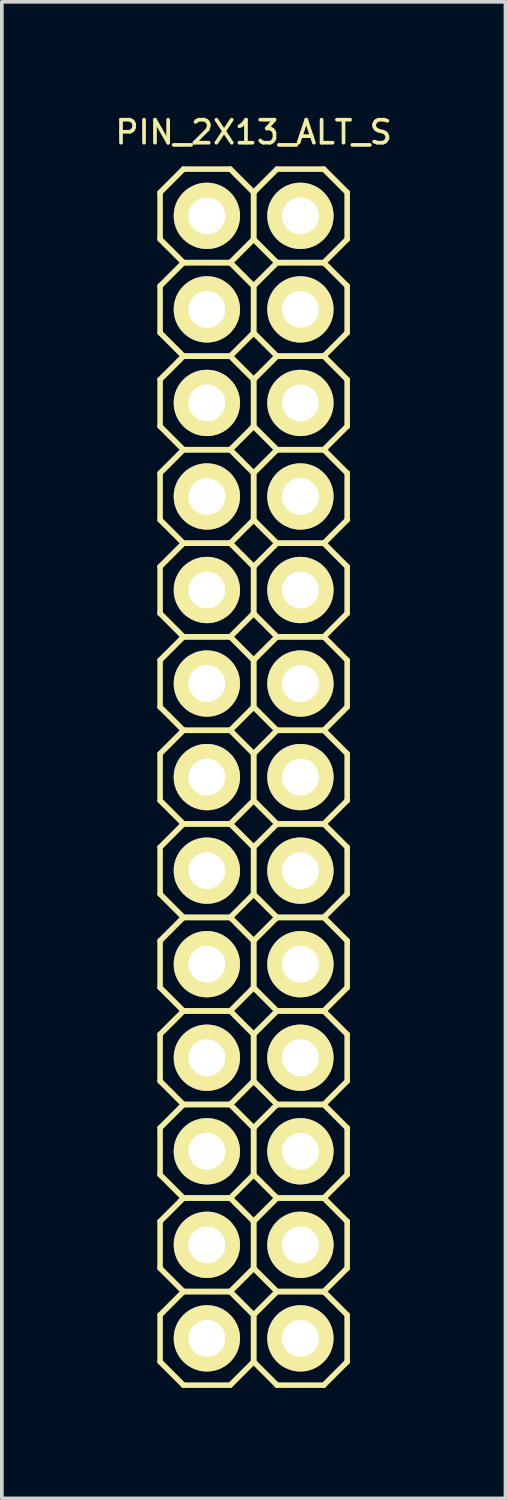
<source format=kicad_pcb>
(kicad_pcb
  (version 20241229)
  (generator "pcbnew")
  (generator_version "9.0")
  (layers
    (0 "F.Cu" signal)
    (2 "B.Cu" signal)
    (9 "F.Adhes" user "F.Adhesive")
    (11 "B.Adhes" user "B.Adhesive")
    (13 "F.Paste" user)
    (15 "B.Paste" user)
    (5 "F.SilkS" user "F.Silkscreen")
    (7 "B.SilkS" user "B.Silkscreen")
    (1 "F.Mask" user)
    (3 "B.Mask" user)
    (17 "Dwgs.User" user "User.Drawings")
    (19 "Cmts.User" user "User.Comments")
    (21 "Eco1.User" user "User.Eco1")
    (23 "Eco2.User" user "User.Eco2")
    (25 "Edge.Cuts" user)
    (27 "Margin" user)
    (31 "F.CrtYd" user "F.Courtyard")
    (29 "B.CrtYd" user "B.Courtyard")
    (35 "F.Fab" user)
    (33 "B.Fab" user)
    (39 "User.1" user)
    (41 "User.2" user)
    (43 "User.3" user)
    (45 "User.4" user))
  (footprint "PIN_2X13_ALT_S"
    (layer "F.Cu")
    (at 3.837 18.051)
    (property "Reference" "PIN_2X13_ALT_S" (at 0 -17.51 0) (layer "F.SilkS") (effects (font (size 0.625 0.625) (thickness 0.1))))
    (attr through_hole)
    (fp_line (start -2.54 -15.875) (end -2.54 -14.605) (stroke (width 0.15) (type solid)) (layer "F.SilkS"))
    (fp_line (start -2.54 -14.605) (end -1.905 -13.97) (stroke (width 0.15) (type solid)) (layer "F.SilkS"))
    (fp_line (start -2.54 -13.335) (end -2.54 -12.065) (stroke (width 0.15) (type solid)) (layer "F.SilkS"))
    (fp_line (start -2.54 -12.065) (end -1.905 -11.43) (stroke (width 0.15) (type solid)) (layer "F.SilkS"))
    (fp_line (start -2.54 -10.795) (end -2.54 -9.525) (stroke (width 0.15) (type solid)) (layer "F.SilkS"))
    (fp_line (start -2.54 -9.525) (end -1.905 -8.89) (stroke (width 0.15) (type solid)) (layer "F.SilkS"))
    (fp_line (start -2.54 -8.255) (end -2.54 -6.985) (stroke (width 0.15) (type solid)) (layer "F.SilkS"))
    (fp_line (start -2.54 -6.985) (end -1.905 -6.35) (stroke (width 0.15) (type solid)) (layer "F.SilkS"))
    (fp_line (start -2.54 -5.715) (end -2.54 -4.445) (stroke (width 0.15) (type solid)) (layer "F.SilkS"))
    (fp_line (start -2.54 -4.445) (end -1.905 -3.81) (stroke (width 0.15) (type solid)) (layer "F.SilkS"))
    (fp_line (start -2.54 -3.175) (end -2.54 -1.905) (stroke (width 0.15) (type solid)) (layer "F.SilkS"))
    (fp_line (start -2.54 -1.905) (end -1.905 -1.27) (stroke (width 0.15) (type solid)) (layer "F.SilkS"))
    (fp_line (start -2.54 -0.635) (end -2.54 0.635) (stroke (width 0.15) (type solid)) (layer "F.SilkS"))
    (fp_line (start -2.54 0.635) (end -1.905 1.27) (stroke (width 0.15) (type solid)) (layer "F.SilkS"))
    (fp_line (start -2.54 1.905) (end -2.54 3.175) (stroke (width 0.15) (type solid)) (layer "F.SilkS"))
    (fp_line (start -2.54 3.175) (end -1.905 3.81) (stroke (width 0.15) (type solid)) (layer "F.SilkS"))
    (fp_line (start -2.54 4.445) (end -2.54 5.715) (stroke (width 0.15) (type solid)) (layer "F.SilkS"))
    (fp_line (start -2.54 5.715) (end -1.905 6.35) (stroke (width 0.15) (type solid)) (layer "F.SilkS"))
    (fp_line (start -2.54 6.985) (end -2.54 8.255) (stroke (width 0.15) (type solid)) (layer "F.SilkS"))
    (fp_line (start -2.54 8.255) (end -1.905 8.89) (stroke (width 0.15) (type solid)) (layer "F.SilkS"))
    (fp_line (start -2.54 9.525) (end -2.54 10.795) (stroke (width 0.15) (type solid)) (layer "F.SilkS"))
    (fp_line (start -2.54 10.795) (end -1.905 11.43) (stroke (width 0.15) (type solid)) (layer "F.SilkS"))
    (fp_line (start -2.54 12.065) (end -2.54 13.335) (stroke (width 0.15) (type solid)) (layer "F.SilkS"))
    (fp_line (start -2.54 13.335) (end -1.905 13.97) (stroke (width 0.15) (type solid)) (layer "F.SilkS"))
    (fp_line (start -2.54 14.605) (end -2.54 15.875) (stroke (width 0.15) (type solid)) (layer "F.SilkS"))
    (fp_line (start -2.54 15.875) (end -1.905 16.51) (stroke (width 0.15) (type solid)) (layer "F.SilkS"))
    (fp_line (start -1.905 -16.51) (end -2.54 -15.875) (stroke (width 0.15) (type solid)) (layer "F.SilkS"))
    (fp_line (start -1.905 -13.97) (end -2.54 -13.335) (stroke (width 0.15) (type solid)) (layer "F.SilkS"))
    (fp_line (start -1.905 -13.97) (end -0.635 -13.97) (stroke (width 0.15) (type solid)) (layer "F.SilkS"))
    (fp_line (start -1.905 -11.43) (end -2.54 -10.795) (stroke (width 0.15) (type solid)) (layer "F.SilkS"))
    (fp_line (start -1.905 -11.43) (end -0.635 -11.43) (stroke (width 0.15) (type solid)) (layer "F.SilkS"))
    (fp_line (start -1.905 -8.89) (end -2.54 -8.255) (stroke (width 0.15) (type solid)) (layer "F.SilkS"))
    (fp_line (start -1.905 -8.89) (end -0.635 -8.89) (stroke (width 0.15) (type solid)) (layer "F.SilkS"))
    (fp_line (start -1.905 -6.35) (end -2.54 -5.715) (stroke (width 0.15) (type solid)) (layer "F.SilkS"))
    (fp_line (start -1.905 -6.35) (end -0.635 -6.35) (stroke (width 0.15) (type solid)) (layer "F.SilkS"))
    (fp_line (start -1.905 -3.81) (end -2.54 -3.175) (stroke (width 0.15) (type solid)) (layer "F.SilkS"))
    (fp_line (start -1.905 -3.81) (end -0.635 -3.81) (stroke (width 0.15) (type solid)) (layer "F.SilkS"))
    (fp_line (start -1.905 -1.27) (end -2.54 -0.635) (stroke (width 0.15) (type solid)) (layer "F.SilkS"))
    (fp_line (start -1.905 -1.27) (end -0.635 -1.27) (stroke (width 0.15) (type solid)) (layer "F.SilkS"))
    (fp_line (start -1.905 1.27) (end -2.54 1.905) (stroke (width 0.15) (type solid)) (layer "F.SilkS"))
    (fp_line (start -1.905 1.27) (end -0.635 1.27) (stroke (width 0.15) (type solid)) (layer "F.SilkS"))
    (fp_line (start -1.905 3.81) (end -2.54 4.445) (stroke (width 0.15) (type solid)) (layer "F.SilkS"))
    (fp_line (start -1.905 3.81) (end -0.635 3.81) (stroke (width 0.15) (type solid)) (layer "F.SilkS"))
    (fp_line (start -1.905 6.35) (end -2.54 6.985) (stroke (width 0.15) (type solid)) (layer "F.SilkS"))
    (fp_line (start -1.905 6.35) (end -0.635 6.35) (stroke (width 0.15) (type solid)) (layer "F.SilkS"))
    (fp_line (start -1.905 8.89) (end -2.54 9.525) (stroke (width 0.15) (type solid)) (layer "F.SilkS"))
    (fp_line (start -1.905 8.89) (end -0.635 8.89) (stroke (width 0.15) (type solid)) (layer "F.SilkS"))
    (fp_line (start -1.905 11.43) (end -2.54 12.065) (stroke (width 0.15) (type solid)) (layer "F.SilkS"))
    (fp_line (start -1.905 11.43) (end -0.635 11.43) (stroke (width 0.15) (type solid)) (layer "F.SilkS"))
    (fp_line (start -1.905 13.97) (end -2.54 14.605) (stroke (width 0.15) (type solid)) (layer "F.SilkS"))
    (fp_line (start -1.905 13.97) (end -0.635 13.97) (stroke (width 0.15) (type solid)) (layer "F.SilkS"))
    (fp_line (start -1.905 16.51) (end -0.635 16.51) (stroke (width 0.15) (type solid)) (layer "F.SilkS"))
    (fp_line (start -0.635 -16.51) (end -1.905 -16.51) (stroke (width 0.15) (type solid)) (layer "F.SilkS"))
    (fp_line (start -0.635 -13.97) (end -1.905 -13.97) (stroke (width 0.15) (type solid)) (layer "F.SilkS"))
    (fp_line (start -0.635 -13.97) (end 0 -14.605) (stroke (width 0.15) (type solid)) (layer "F.SilkS"))
    (fp_line (start -0.635 -11.43) (end -1.905 -11.43) (stroke (width 0.15) (type solid)) (layer "F.SilkS"))
    (fp_line (start -0.635 -11.43) (end 0 -12.065) (stroke (width 0.15) (type solid)) (layer "F.SilkS"))
    (fp_line (start -0.635 -8.89) (end -1.905 -8.89) (stroke (width 0.15) (type solid)) (layer "F.SilkS"))
    (fp_line (start -0.635 -8.89) (end 0 -9.525) (stroke (width 0.15) (type solid)) (layer "F.SilkS"))
    (fp_line (start -0.635 -6.35) (end -1.905 -6.35) (stroke (width 0.15) (type solid)) (layer "F.SilkS"))
    (fp_line (start -0.635 -6.35) (end 0 -6.985) (stroke (width 0.15) (type solid)) (layer "F.SilkS"))
    (fp_line (start -0.635 -3.81) (end -1.905 -3.81) (stroke (width 0.15) (type solid)) (layer "F.SilkS"))
    (fp_line (start -0.635 -3.81) (end 0 -4.445) (stroke (width 0.15) (type solid)) (layer "F.SilkS"))
    (fp_line (start -0.635 -1.27) (end -1.905 -1.27) (stroke (width 0.15) (type solid)) (layer "F.SilkS"))
    (fp_line (start -0.635 -1.27) (end 0 -1.905) (stroke (width 0.15) (type solid)) (layer "F.SilkS"))
    (fp_line (start -0.635 1.27) (end -1.905 1.27) (stroke (width 0.15) (type solid)) (layer "F.SilkS"))
    (fp_line (start -0.635 1.27) (end 0 0.635) (stroke (width 0.15) (type solid)) (layer "F.SilkS"))
    (fp_line (start -0.635 3.81) (end -1.905 3.81) (stroke (width 0.15) (type solid)) (layer "F.SilkS"))
    (fp_line (start -0.635 3.81) (end 0 3.175) (stroke (width 0.15) (type solid)) (layer "F.SilkS"))
    (fp_line (start -0.635 6.35) (end -1.905 6.35) (stroke (width 0.15) (type solid)) (layer "F.SilkS"))
    (fp_line (start -0.635 6.35) (end 0 5.715) (stroke (width 0.15) (type solid)) (layer "F.SilkS"))
    (fp_line (start -0.635 8.89) (end -1.905 8.89) (stroke (width 0.15) (type solid)) (layer "F.SilkS"))
    (fp_line (start -0.635 8.89) (end 0 8.255) (stroke (width 0.15) (type solid)) (layer "F.SilkS"))
    (fp_line (start -0.635 11.43) (end -1.905 11.43) (stroke (width 0.15) (type solid)) (layer "F.SilkS"))
    (fp_line (start -0.635 11.43) (end 0 10.795) (stroke (width 0.15) (type solid)) (layer "F.SilkS"))
    (fp_line (start -0.635 13.97) (end -1.905 13.97) (stroke (width 0.15) (type solid)) (layer "F.SilkS"))
    (fp_line (start -0.635 13.97) (end 0 13.335) (stroke (width 0.15) (type solid)) (layer "F.SilkS"))
    (fp_line (start -0.635 16.51) (end 0 15.875) (stroke (width 0.15) (type solid)) (layer "F.SilkS"))
    (fp_line (start 0 -15.875) (end -0.635 -16.51) (stroke (width 0.15) (type solid)) (layer "F.SilkS"))
    (fp_line (start 0 -15.875) (end 0.635 -16.51) (stroke (width 0.15) (type solid)) (layer "F.SilkS"))
    (fp_line (start 0 -14.605) (end 0 -15.875) (stroke (width 0.15) (type solid)) (layer "F.SilkS"))
    (fp_line (start 0 -14.605) (end 0 -15.875) (stroke (width 0.15) (type solid)) (layer "F.SilkS"))
    (fp_line (start 0 -13.335) (end -0.635 -13.97) (stroke (width 0.15) (type solid)) (layer "F.SilkS"))
    (fp_line (start 0 -13.335) (end 0.635 -13.97) (stroke (width 0.15) (type solid)) (layer "F.SilkS"))
    (fp_line (start 0 -12.065) (end 0 -13.335) (stroke (width 0.15) (type solid)) (layer "F.SilkS"))
    (fp_line (start 0 -12.065) (end 0 -13.335) (stroke (width 0.15) (type solid)) (layer "F.SilkS"))
    (fp_line (start 0 -10.795) (end -0.635 -11.43) (stroke (width 0.15) (type solid)) (layer "F.SilkS"))
    (fp_line (start 0 -10.795) (end 0.635 -11.43) (stroke (width 0.15) (type solid)) (layer "F.SilkS"))
    (fp_line (start 0 -9.525) (end 0 -10.795) (stroke (width 0.15) (type solid)) (layer "F.SilkS"))
    (fp_line (start 0 -9.525) (end 0 -10.795) (stroke (width 0.15) (type solid)) (layer "F.SilkS"))
    (fp_line (start 0 -8.255) (end -0.635 -8.89) (stroke (width 0.15) (type solid)) (layer "F.SilkS"))
    (fp_line (start 0 -8.255) (end 0.635 -8.89) (stroke (width 0.15) (type solid)) (layer "F.SilkS"))
    (fp_line (start 0 -6.985) (end 0 -8.255) (stroke (width 0.15) (type solid)) (layer "F.SilkS"))
    (fp_line (start 0 -6.985) (end 0 -8.255) (stroke (width 0.15) (type solid)) (layer "F.SilkS"))
    (fp_line (start 0 -5.715) (end -0.635 -6.35) (stroke (width 0.15) (type solid)) (layer "F.SilkS"))
    (fp_line (start 0 -5.715) (end 0.635 -6.35) (stroke (width 0.15) (type solid)) (layer "F.SilkS"))
    (fp_line (start 0 -4.445) (end 0 -5.715) (stroke (width 0.15) (type solid)) (layer "F.SilkS"))
    (fp_line (start 0 -4.445) (end 0 -5.715) (stroke (width 0.15) (type solid)) (layer "F.SilkS"))
    (fp_line (start 0 -3.175) (end -0.635 -3.81) (stroke (width 0.15) (type solid)) (layer "F.SilkS"))
    (fp_line (start 0 -3.175) (end 0.635 -3.81) (stroke (width 0.15) (type solid)) (layer "F.SilkS"))
    (fp_line (start 0 -1.905) (end 0 -3.175) (stroke (width 0.15) (type solid)) (layer "F.SilkS"))
    (fp_line (start 0 -1.905) (end 0 -3.175) (stroke (width 0.15) (type solid)) (layer "F.SilkS"))
    (fp_line (start 0 -0.635) (end -0.635 -1.27) (stroke (width 0.15) (type solid)) (layer "F.SilkS"))
    (fp_line (start 0 -0.635) (end 0.635 -1.27) (stroke (width 0.15) (type solid)) (layer "F.SilkS"))
    (fp_line (start 0 0.635) (end 0 -0.635) (stroke (width 0.15) (type solid)) (layer "F.SilkS"))
    (fp_line (start 0 0.635) (end 0 -0.635) (stroke (width 0.15) (type solid)) (layer "F.SilkS"))
    (fp_line (start 0 1.905) (end -0.635 1.27) (stroke (width 0.15) (type solid)) (layer "F.SilkS"))
    (fp_line (start 0 1.905) (end 0.635 1.27) (stroke (width 0.15) (type solid)) (layer "F.SilkS"))
    (fp_line (start 0 3.175) (end 0 1.905) (stroke (width 0.15) (type solid)) (layer "F.SilkS"))
    (fp_line (start 0 3.175) (end 0 1.905) (stroke (width 0.15) (type solid)) (layer "F.SilkS"))
    (fp_line (start 0 4.445) (end -0.635 3.81) (stroke (width 0.15) (type solid)) (layer "F.SilkS"))
    (fp_line (start 0 4.445) (end 0.635 3.81) (stroke (width 0.15) (type solid)) (layer "F.SilkS"))
    (fp_line (start 0 5.715) (end 0 4.445) (stroke (width 0.15) (type solid)) (layer "F.SilkS"))
    (fp_line (start 0 5.715) (end 0 4.445) (stroke (width 0.15) (type solid)) (layer "F.SilkS"))
    (fp_line (start 0 6.985) (end -0.635 6.35) (stroke (width 0.15) (type solid)) (layer "F.SilkS"))
    (fp_line (start 0 6.985) (end 0.635 6.35) (stroke (width 0.15) (type solid)) (layer "F.SilkS"))
    (fp_line (start 0 8.255) (end 0 6.985) (stroke (width 0.15) (type solid)) (layer "F.SilkS"))
    (fp_line (start 0 8.255) (end 0 6.985) (stroke (width 0.15) (type solid)) (layer "F.SilkS"))
    (fp_line (start 0 9.525) (end -0.635 8.89) (stroke (width 0.15) (type solid)) (layer "F.SilkS"))
    (fp_line (start 0 9.525) (end 0.635 8.89) (stroke (width 0.15) (type solid)) (layer "F.SilkS"))
    (fp_line (start 0 10.795) (end 0 9.525) (stroke (width 0.15) (type solid)) (layer "F.SilkS"))
    (fp_line (start 0 10.795) (end 0 9.525) (stroke (width 0.15) (type solid)) (layer "F.SilkS"))
    (fp_line (start 0 12.065) (end -0.635 11.43) (stroke (width 0.15) (type solid)) (layer "F.SilkS"))
    (fp_line (start 0 12.065) (end 0.635 11.43) (stroke (width 0.15) (type solid)) (layer "F.SilkS"))
    (fp_line (start 0 13.335) (end 0 12.065) (stroke (width 0.15) (type solid)) (layer "F.SilkS"))
    (fp_line (start 0 13.335) (end 0 12.065) (stroke (width 0.15) (type solid)) (layer "F.SilkS"))
    (fp_line (start 0 14.605) (end -0.635 13.97) (stroke (width 0.15) (type solid)) (layer "F.SilkS"))
    (fp_line (start 0 14.605) (end 0.635 13.97) (stroke (width 0.15) (type solid)) (layer "F.SilkS"))
    (fp_line (start 0 15.875) (end 0 14.605) (stroke (width 0.15) (type solid)) (layer "F.SilkS"))
    (fp_line (start 0 15.875) (end 0 14.605) (stroke (width 0.15) (type solid)) (layer "F.SilkS"))
    (fp_line (start 0.635 -16.51) (end 1.905 -16.51) (stroke (width 0.15) (type solid)) (layer "F.SilkS"))
    (fp_line (start 0.635 -13.97) (end 0 -14.605) (stroke (width 0.15) (type solid)) (layer "F.SilkS"))
    (fp_line (start 0.635 -13.97) (end 1.905 -13.97) (stroke (width 0.15) (type solid)) (layer "F.SilkS"))
    (fp_line (start 0.635 -11.43) (end 0 -12.065) (stroke (width 0.15) (type solid)) (layer "F.SilkS"))
    (fp_line (start 0.635 -11.43) (end 1.905 -11.43) (stroke (width 0.15) (type solid)) (layer "F.SilkS"))
    (fp_line (start 0.635 -8.89) (end 0 -9.525) (stroke (width 0.15) (type solid)) (layer "F.SilkS"))
    (fp_line (start 0.635 -8.89) (end 1.905 -8.89) (stroke (width 0.15) (type solid)) (layer "F.SilkS"))
    (fp_line (start 0.635 -6.35) (end 0 -6.985) (stroke (width 0.15) (type solid)) (layer "F.SilkS"))
    (fp_line (start 0.635 -6.35) (end 1.905 -6.35) (stroke (width 0.15) (type solid)) (layer "F.SilkS"))
    (fp_line (start 0.635 -3.81) (end 0 -4.445) (stroke (width 0.15) (type solid)) (layer "F.SilkS"))
    (fp_line (start 0.635 -3.81) (end 1.905 -3.81) (stroke (width 0.15) (type solid)) (layer "F.SilkS"))
    (fp_line (start 0.635 -1.27) (end 0 -1.905) (stroke (width 0.15) (type solid)) (layer "F.SilkS"))
    (fp_line (start 0.635 -1.27) (end 1.905 -1.27) (stroke (width 0.15) (type solid)) (layer "F.SilkS"))
    (fp_line (start 0.635 1.27) (end 0 0.635) (stroke (width 0.15) (type solid)) (layer "F.SilkS"))
    (fp_line (start 0.635 1.27) (end 1.905 1.27) (stroke (width 0.15) (type solid)) (layer "F.SilkS"))
    (fp_line (start 0.635 3.81) (end 0 3.175) (stroke (width 0.15) (type solid)) (layer "F.SilkS"))
    (fp_line (start 0.635 3.81) (end 1.905 3.81) (stroke (width 0.15) (type solid)) (layer "F.SilkS"))
    (fp_line (start 0.635 6.35) (end 0 5.715) (stroke (width 0.15) (type solid)) (layer "F.SilkS"))
    (fp_line (start 0.635 6.35) (end 1.905 6.35) (stroke (width 0.15) (type solid)) (layer "F.SilkS"))
    (fp_line (start 0.635 8.89) (end 0 8.255) (stroke (width 0.15) (type solid)) (layer "F.SilkS"))
    (fp_line (start 0.635 8.89) (end 1.905 8.89) (stroke (width 0.15) (type solid)) (layer "F.SilkS"))
    (fp_line (start 0.635 11.43) (end 0 10.795) (stroke (width 0.15) (type solid)) (layer "F.SilkS"))
    (fp_line (start 0.635 11.43) (end 1.905 11.43) (stroke (width 0.15) (type solid)) (layer "F.SilkS"))
    (fp_line (start 0.635 13.97) (end 0 13.335) (stroke (width 0.15) (type solid)) (layer "F.SilkS"))
    (fp_line (start 0.635 13.97) (end 1.905 13.97) (stroke (width 0.15) (type solid)) (layer "F.SilkS"))
    (fp_line (start 0.635 16.51) (end 0 15.875) (stroke (width 0.15) (type solid)) (layer "F.SilkS"))
    (fp_line (start 1.905 -16.51) (end 2.54 -15.875) (stroke (width 0.15) (type solid)) (layer "F.SilkS"))
    (fp_line (start 1.905 -13.97) (end 0.635 -13.97) (stroke (width 0.15) (type solid)) (layer "F.SilkS"))
    (fp_line (start 1.905 -13.97) (end 2.54 -13.335) (stroke (width 0.15) (type solid)) (layer "F.SilkS"))
    (fp_line (start 1.905 -11.43) (end 0.635 -11.43) (stroke (width 0.15) (type solid)) (layer "F.SilkS"))
    (fp_line (start 1.905 -11.43) (end 2.54 -10.795) (stroke (width 0.15) (type solid)) (layer "F.SilkS"))
    (fp_line (start 1.905 -8.89) (end 0.635 -8.89) (stroke (width 0.15) (type solid)) (layer "F.SilkS"))
    (fp_line (start 1.905 -8.89) (end 2.54 -8.255) (stroke (width 0.15) (type solid)) (layer "F.SilkS"))
    (fp_line (start 1.905 -6.35) (end 0.635 -6.35) (stroke (width 0.15) (type solid)) (layer "F.SilkS"))
    (fp_line (start 1.905 -6.35) (end 2.54 -5.715) (stroke (width 0.15) (type solid)) (layer "F.SilkS"))
    (fp_line (start 1.905 -3.81) (end 0.635 -3.81) (stroke (width 0.15) (type solid)) (layer "F.SilkS"))
    (fp_line (start 1.905 -3.81) (end 2.54 -3.175) (stroke (width 0.15) (type solid)) (layer "F.SilkS"))
    (fp_line (start 1.905 -1.27) (end 0.635 -1.27) (stroke (width 0.15) (type solid)) (layer "F.SilkS"))
    (fp_line (start 1.905 -1.27) (end 2.54 -0.635) (stroke (width 0.15) (type solid)) (layer "F.SilkS"))
    (fp_line (start 1.905 1.27) (end 0.635 1.27) (stroke (width 0.15) (type solid)) (layer "F.SilkS"))
    (fp_line (start 1.905 1.27) (end 2.54 1.905) (stroke (width 0.15) (type solid)) (layer "F.SilkS"))
    (fp_line (start 1.905 3.81) (end 0.635 3.81) (stroke (width 0.15) (type solid)) (layer "F.SilkS"))
    (fp_line (start 1.905 3.81) (end 2.54 4.445) (stroke (width 0.15) (type solid)) (layer "F.SilkS"))
    (fp_line (start 1.905 6.35) (end 0.635 6.35) (stroke (width 0.15) (type solid)) (layer "F.SilkS"))
    (fp_line (start 1.905 6.35) (end 2.54 6.985) (stroke (width 0.15) (type solid)) (layer "F.SilkS"))
    (fp_line (start 1.905 8.89) (end 0.635 8.89) (stroke (width 0.15) (type solid)) (layer "F.SilkS"))
    (fp_line (start 1.905 8.89) (end 2.54 9.525) (stroke (width 0.15) (type solid)) (layer "F.SilkS"))
    (fp_line (start 1.905 11.43) (end 0.635 11.43) (stroke (width 0.15) (type solid)) (layer "F.SilkS"))
    (fp_line (start 1.905 11.43) (end 2.54 12.065) (stroke (width 0.15) (type solid)) (layer "F.SilkS"))
    (fp_line (start 1.905 13.97) (end 0.635 13.97) (stroke (width 0.15) (type solid)) (layer "F.SilkS"))
    (fp_line (start 1.905 13.97) (end 2.54 14.605) (stroke (width 0.15) (type solid)) (layer "F.SilkS"))
    (fp_line (start 1.905 16.51) (end 0.635 16.51) (stroke (width 0.15) (type solid)) (layer "F.SilkS"))
    (fp_line (start 2.54 -15.875) (end 2.54 -14.605) (stroke (width 0.15) (type solid)) (layer "F.SilkS"))
    (fp_line (start 2.54 -14.605) (end 1.905 -13.97) (stroke (width 0.15) (type solid)) (layer "F.SilkS"))
    (fp_line (start 2.54 -13.335) (end 2.54 -12.065) (stroke (width 0.15) (type solid)) (layer "F.SilkS"))
    (fp_line (start 2.54 -12.065) (end 1.905 -11.43) (stroke (width 0.15) (type solid)) (layer "F.SilkS"))
    (fp_line (start 2.54 -10.795) (end 2.54 -9.525) (stroke (width 0.15) (type solid)) (layer "F.SilkS"))
    (fp_line (start 2.54 -9.525) (end 1.905 -8.89) (stroke (width 0.15) (type solid)) (layer "F.SilkS"))
    (fp_line (start 2.54 -8.255) (end 2.54 -6.985) (stroke (width 0.15) (type solid)) (layer "F.SilkS"))
    (fp_line (start 2.54 -6.985) (end 1.905 -6.35) (stroke (width 0.15) (type solid)) (layer "F.SilkS"))
    (fp_line (start 2.54 -5.715) (end 2.54 -4.445) (stroke (width 0.15) (type solid)) (layer "F.SilkS"))
    (fp_line (start 2.54 -4.445) (end 1.905 -3.81) (stroke (width 0.15) (type solid)) (layer "F.SilkS"))
    (fp_line (start 2.54 -3.175) (end 2.54 -1.905) (stroke (width 0.15) (type solid)) (layer "F.SilkS"))
    (fp_line (start 2.54 -1.905) (end 1.905 -1.27) (stroke (width 0.15) (type solid)) (layer "F.SilkS"))
    (fp_line (start 2.54 -0.635) (end 2.54 0.635) (stroke (width 0.15) (type solid)) (layer "F.SilkS"))
    (fp_line (start 2.54 0.635) (end 1.905 1.27) (stroke (width 0.15) (type solid)) (layer "F.SilkS"))
    (fp_line (start 2.54 1.905) (end 2.54 3.175) (stroke (width 0.15) (type solid)) (layer "F.SilkS"))
    (fp_line (start 2.54 3.175) (end 1.905 3.81) (stroke (width 0.15) (type solid)) (layer "F.SilkS"))
    (fp_line (start 2.54 4.445) (end 2.54 5.715) (stroke (width 0.15) (type solid)) (layer "F.SilkS"))
    (fp_line (start 2.54 5.715) (end 1.905 6.35) (stroke (width 0.15) (type solid)) (layer "F.SilkS"))
    (fp_line (start 2.54 6.985) (end 2.54 8.255) (stroke (width 0.15) (type solid)) (layer "F.SilkS"))
    (fp_line (start 2.54 8.255) (end 1.905 8.89) (stroke (width 0.15) (type solid)) (layer "F.SilkS"))
    (fp_line (start 2.54 9.525) (end 2.54 10.795) (stroke (width 0.15) (type solid)) (layer "F.SilkS"))
    (fp_line (start 2.54 10.795) (end 1.905 11.43) (stroke (width 0.15) (type solid)) (layer "F.SilkS"))
    (fp_line (start 2.54 12.065) (end 2.54 13.335) (stroke (width 0.15) (type solid)) (layer "F.SilkS"))
    (fp_line (start 2.54 13.335) (end 1.905 13.97) (stroke (width 0.15) (type solid)) (layer "F.SilkS"))
    (fp_line (start 2.54 14.605) (end 2.54 15.875) (stroke (width 0.15) (type solid)) (layer "F.SilkS"))
    (fp_line (start 2.54 15.875) (end 1.905 16.51) (stroke (width 0.15) (type solid)) (layer "F.SilkS"))
    (pad "1" thru_hole circle (at -1.27 -15.24 180) (size 1.8 1.8) (drill 1) (layers "*.Cu" "*.Mask" "F.SilkS"))
    (pad "2" thru_hole circle (at 1.27 -15.24) (size 1.8 1.8) (drill 1) (layers "*.Cu" "*.Mask" "F.SilkS"))
    (pad "3" thru_hole circle (at -1.27 -12.7 180) (size 1.8 1.8) (drill 1) (layers "*.Cu" "*.Mask" "F.SilkS"))
    (pad "4" thru_hole circle (at 1.27 -12.7) (size 1.8 1.8) (drill 1) (layers "*.Cu" "*.Mask" "F.SilkS"))
    (pad "5" thru_hole circle (at -1.27 -10.16 180) (size 1.8 1.8) (drill 1) (layers "*.Cu" "*.Mask" "F.SilkS"))
    (pad "6" thru_hole circle (at 1.27 -10.16) (size 1.8 1.8) (drill 1) (layers "*.Cu" "*.Mask" "F.SilkS"))
    (pad "7" thru_hole circle (at -1.27 -7.62 180) (size 1.8 1.8) (drill 1) (layers "*.Cu" "*.Mask" "F.SilkS"))
    (pad "8" thru_hole circle (at 1.27 -7.62) (size 1.8 1.8) (drill 1) (layers "*.Cu" "*.Mask" "F.SilkS"))
    (pad "9" thru_hole circle (at -1.27 -5.08 180) (size 1.8 1.8) (drill 1) (layers "*.Cu" "*.Mask" "F.SilkS"))
    (pad "10" thru_hole circle (at 1.27 -5.08) (size 1.8 1.8) (drill 1) (layers "*.Cu" "*.Mask" "F.SilkS"))
    (pad "11" thru_hole circle (at -1.27 -2.54 180) (size 1.8 1.8) (drill 1) (layers "*.Cu" "*.Mask" "F.SilkS"))
    (pad "12" thru_hole circle (at 1.27 -2.54) (size 1.8 1.8) (drill 1) (layers "*.Cu" "*.Mask" "F.SilkS"))
    (pad "13" thru_hole circle (at -1.27 0 180) (size 1.8 1.8) (drill 1) (layers "*.Cu" "*.Mask" "F.SilkS"))
    (pad "14" thru_hole circle (at 1.27 0) (size 1.8 1.8) (drill 1) (layers "*.Cu" "*.Mask" "F.SilkS"))
    (pad "15" thru_hole circle (at -1.27 2.54 180) (size 1.8 1.8) (drill 1) (layers "*.Cu" "*.Mask" "F.SilkS"))
    (pad "16" thru_hole circle (at 1.27 2.54) (size 1.8 1.8) (drill 1) (layers "*.Cu" "*.Mask" "F.SilkS"))
    (pad "17" thru_hole circle (at -1.27 5.08 180) (size 1.8 1.8) (drill 1) (layers "*.Cu" "*.Mask" "F.SilkS"))
    (pad "18" thru_hole circle (at 1.27 5.08) (size 1.8 1.8) (drill 1) (layers "*.Cu" "*.Mask" "F.SilkS"))
    (pad "19" thru_hole circle (at -1.27 7.62 180) (size 1.8 1.8) (drill 1) (layers "*.Cu" "*.Mask" "F.SilkS"))
    (pad "20" thru_hole circle (at 1.27 7.62) (size 1.8 1.8) (drill 1) (layers "*.Cu" "*.Mask" "F.SilkS"))
    (pad "21" thru_hole circle (at -1.27 10.16 180) (size 1.8 1.8) (drill 1) (layers "*.Cu" "*.Mask" "F.SilkS"))
    (pad "22" thru_hole circle (at 1.27 10.16) (size 1.8 1.8) (drill 1) (layers "*.Cu" "*.Mask" "F.SilkS"))
    (pad "23" thru_hole circle (at -1.27 12.7 180) (size 1.8 1.8) (drill 1) (layers "*.Cu" "*.Mask" "F.SilkS"))
    (pad "24" thru_hole circle (at 1.27 12.7) (size 1.8 1.8) (drill 1) (layers "*.Cu" "*.Mask" "F.SilkS"))
    (pad "25" thru_hole circle (at -1.27 15.24 180) (size 1.8 1.8) (drill 1) (layers "*.Cu" "*.Mask" "F.SilkS"))
    (pad "26" thru_hole circle (at 1.27 15.24) (size 1.8 1.8) (drill 1) (layers "*.Cu" "*.Mask" "F.SilkS")))
  (gr_rect
    (start -3 -3)
    (end 10.675 37.636)
    (stroke (width 0.1) (type default))
    (fill no)
    (layer "Edge.Cuts")))
</source>
